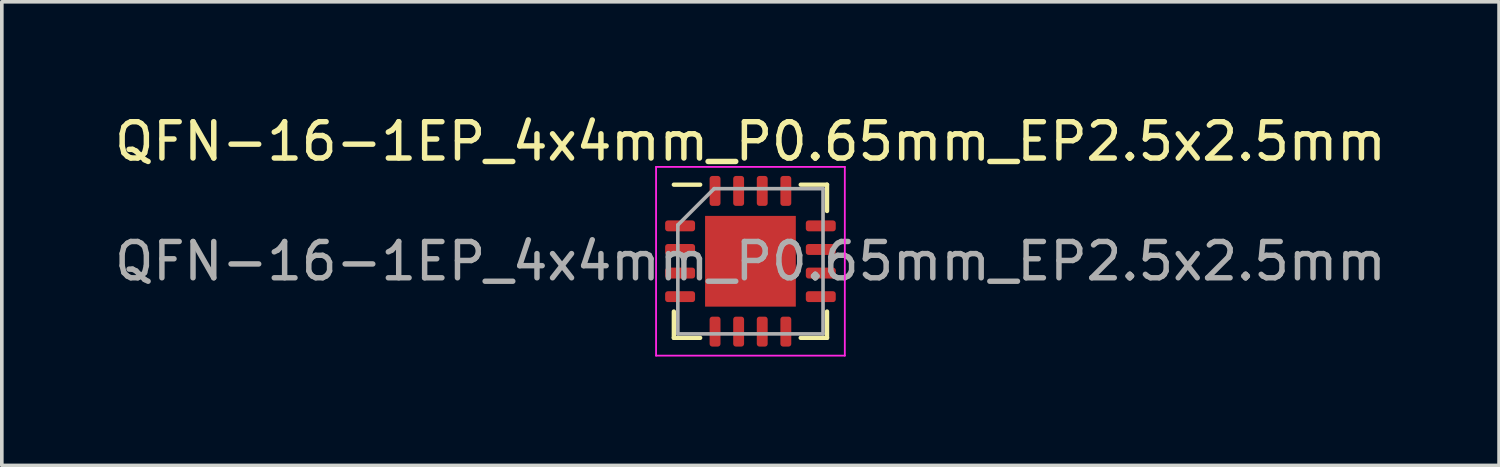
<source format=kicad_pcb>
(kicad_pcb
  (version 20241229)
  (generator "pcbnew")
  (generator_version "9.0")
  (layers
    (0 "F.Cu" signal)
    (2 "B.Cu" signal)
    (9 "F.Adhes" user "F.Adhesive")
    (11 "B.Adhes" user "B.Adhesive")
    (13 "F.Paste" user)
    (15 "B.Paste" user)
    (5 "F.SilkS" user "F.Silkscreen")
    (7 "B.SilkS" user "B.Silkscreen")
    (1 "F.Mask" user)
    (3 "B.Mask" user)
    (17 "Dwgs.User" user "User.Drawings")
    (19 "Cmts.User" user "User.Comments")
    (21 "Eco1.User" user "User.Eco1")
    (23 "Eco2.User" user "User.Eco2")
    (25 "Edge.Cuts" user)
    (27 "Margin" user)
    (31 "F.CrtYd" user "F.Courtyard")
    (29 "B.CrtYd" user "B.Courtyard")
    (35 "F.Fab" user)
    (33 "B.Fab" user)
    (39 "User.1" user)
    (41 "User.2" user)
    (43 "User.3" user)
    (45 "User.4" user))
  (footprint "QFN-16-1EP_4x4mm_P0.65mm_EP2.5x2.5mm"
    (layer "F.Cu")
    (at 17.625 4.148)
    (property "Reference" "QFN-16-1EP_4x4mm_P0.65mm_EP2.5x2.5mm" (at 0 -3.3 0) (layer "F.SilkS") (effects (font (size 1 1) (thickness 0.15))))
    (attr smd)
    (fp_line (start -2.11 2.11) (end -2.11 1.385) (stroke (width 0.12) (type solid)) (layer "F.SilkS"))
    (fp_line (start -1.385 -2.11) (end -2.11 -2.11) (stroke (width 0.12) (type solid)) (layer "F.SilkS"))
    (fp_line (start -1.385 2.11) (end -2.11 2.11) (stroke (width 0.12) (type solid)) (layer "F.SilkS"))
    (fp_line (start 1.385 -2.11) (end 2.11 -2.11) (stroke (width 0.12) (type solid)) (layer "F.SilkS"))
    (fp_line (start 1.385 2.11) (end 2.11 2.11) (stroke (width 0.12) (type solid)) (layer "F.SilkS"))
    (fp_line (start 2.11 -2.11) (end 2.11 -1.385) (stroke (width 0.12) (type solid)) (layer "F.SilkS"))
    (fp_line (start 2.11 2.11) (end 2.11 1.385) (stroke (width 0.12) (type solid)) (layer "F.SilkS"))
    (fp_line (start -2.6 -2.6) (end -2.6 2.6) (stroke (width 0.05) (type solid)) (layer "F.CrtYd"))
    (fp_line (start -2.6 2.6) (end 2.6 2.6) (stroke (width 0.05) (type solid)) (layer "F.CrtYd"))
    (fp_line (start 2.6 -2.6) (end -2.6 -2.6) (stroke (width 0.05) (type solid)) (layer "F.CrtYd"))
    (fp_line (start 2.6 2.6) (end 2.6 -2.6) (stroke (width 0.05) (type solid)) (layer "F.CrtYd"))
    (fp_line (start -2 -1) (end -1 -2) (stroke (width 0.1) (type solid)) (layer "F.Fab"))
    (fp_line (start -2 2) (end -2 -1) (stroke (width 0.1) (type solid)) (layer "F.Fab"))
    (fp_line (start -1 -2) (end 2 -2) (stroke (width 0.1) (type solid)) (layer "F.Fab"))
    (fp_line (start 2 -2) (end 2 2) (stroke (width 0.1) (type solid)) (layer "F.Fab"))
    (fp_line (start 2 2) (end -2 2) (stroke (width 0.1) (type solid)) (layer "F.Fab"))
    (fp_text user "${REFERENCE}" (at 0 0 0) (layer "F.Fab") (effects (font (size 1 1) (thickness 0.15))))
    (pad "" smd roundrect (at -0.625 -0.625) (size 1.01 1.01) (layers "F.Paste") (roundrect_rratio 0.248))
    (pad "" smd roundrect (at -0.625 0.625) (size 1.01 1.01) (layers "F.Paste") (roundrect_rratio 0.248))
    (pad "" smd roundrect (at 0.625 -0.625) (size 1.01 1.01) (layers "F.Paste") (roundrect_rratio 0.248))
    (pad "" smd roundrect (at 0.625 0.625) (size 1.01 1.01) (layers "F.Paste") (roundrect_rratio 0.248))
    (pad "1" smd roundrect (at -1.938 -0.975) (size 0.825 0.3) (layers "F.Cu" "F.Mask" "F.Paste") (roundrect_rratio 0.25))
    (pad "2" smd roundrect (at -1.938 -0.325) (size 0.825 0.3) (layers "F.Cu" "F.Mask" "F.Paste") (roundrect_rratio 0.25))
    (pad "3" smd roundrect (at -1.938 0.325) (size 0.825 0.3) (layers "F.Cu" "F.Mask" "F.Paste") (roundrect_rratio 0.25))
    (pad "4" smd roundrect (at -1.938 0.975) (size 0.825 0.3) (layers "F.Cu" "F.Mask" "F.Paste") (roundrect_rratio 0.25))
    (pad "5" smd roundrect (at -0.975 1.938) (size 0.3 0.825) (layers "F.Cu" "F.Mask" "F.Paste") (roundrect_rratio 0.25))
    (pad "6" smd roundrect (at -0.325 1.938) (size 0.3 0.825) (layers "F.Cu" "F.Mask" "F.Paste") (roundrect_rratio 0.25))
    (pad "7" smd roundrect (at 0.325 1.938) (size 0.3 0.825) (layers "F.Cu" "F.Mask" "F.Paste") (roundrect_rratio 0.25))
    (pad "8" smd roundrect (at 0.975 1.938) (size 0.3 0.825) (layers "F.Cu" "F.Mask" "F.Paste") (roundrect_rratio 0.25))
    (pad "9" smd roundrect (at 1.938 0.975) (size 0.825 0.3) (layers "F.Cu" "F.Mask" "F.Paste") (roundrect_rratio 0.25))
    (pad "10" smd roundrect (at 1.938 0.325) (size 0.825 0.3) (layers "F.Cu" "F.Mask" "F.Paste") (roundrect_rratio 0.25))
    (pad "11" smd roundrect (at 1.938 -0.325) (size 0.825 0.3) (layers "F.Cu" "F.Mask" "F.Paste") (roundrect_rratio 0.25))
    (pad "12" smd roundrect (at 1.938 -0.975) (size 0.825 0.3) (layers "F.Cu" "F.Mask" "F.Paste") (roundrect_rratio 0.25))
    (pad "13" smd roundrect (at 0.975 -1.938) (size 0.3 0.825) (layers "F.Cu" "F.Mask" "F.Paste") (roundrect_rratio 0.25))
    (pad "14" smd roundrect (at 0.325 -1.938) (size 0.3 0.825) (layers "F.Cu" "F.Mask" "F.Paste") (roundrect_rratio 0.25))
    (pad "15" smd roundrect (at -0.325 -1.938) (size 0.3 0.825) (layers "F.Cu" "F.Mask" "F.Paste") (roundrect_rratio 0.25))
    (pad "16" smd roundrect (at -0.975 -1.938) (size 0.3 0.825) (layers "F.Cu" "F.Mask" "F.Paste") (roundrect_rratio 0.25))
    (pad "17" smd rect (at 0 0) (size 2.5 2.5) (layers "F.Cu" "F.Mask")))
  (gr_rect
    (start -3 -3)
    (end 38.25 9.773)
    (stroke (width 0.1) (type default))
    (fill no)
    (layer "Edge.Cuts")))
</source>
